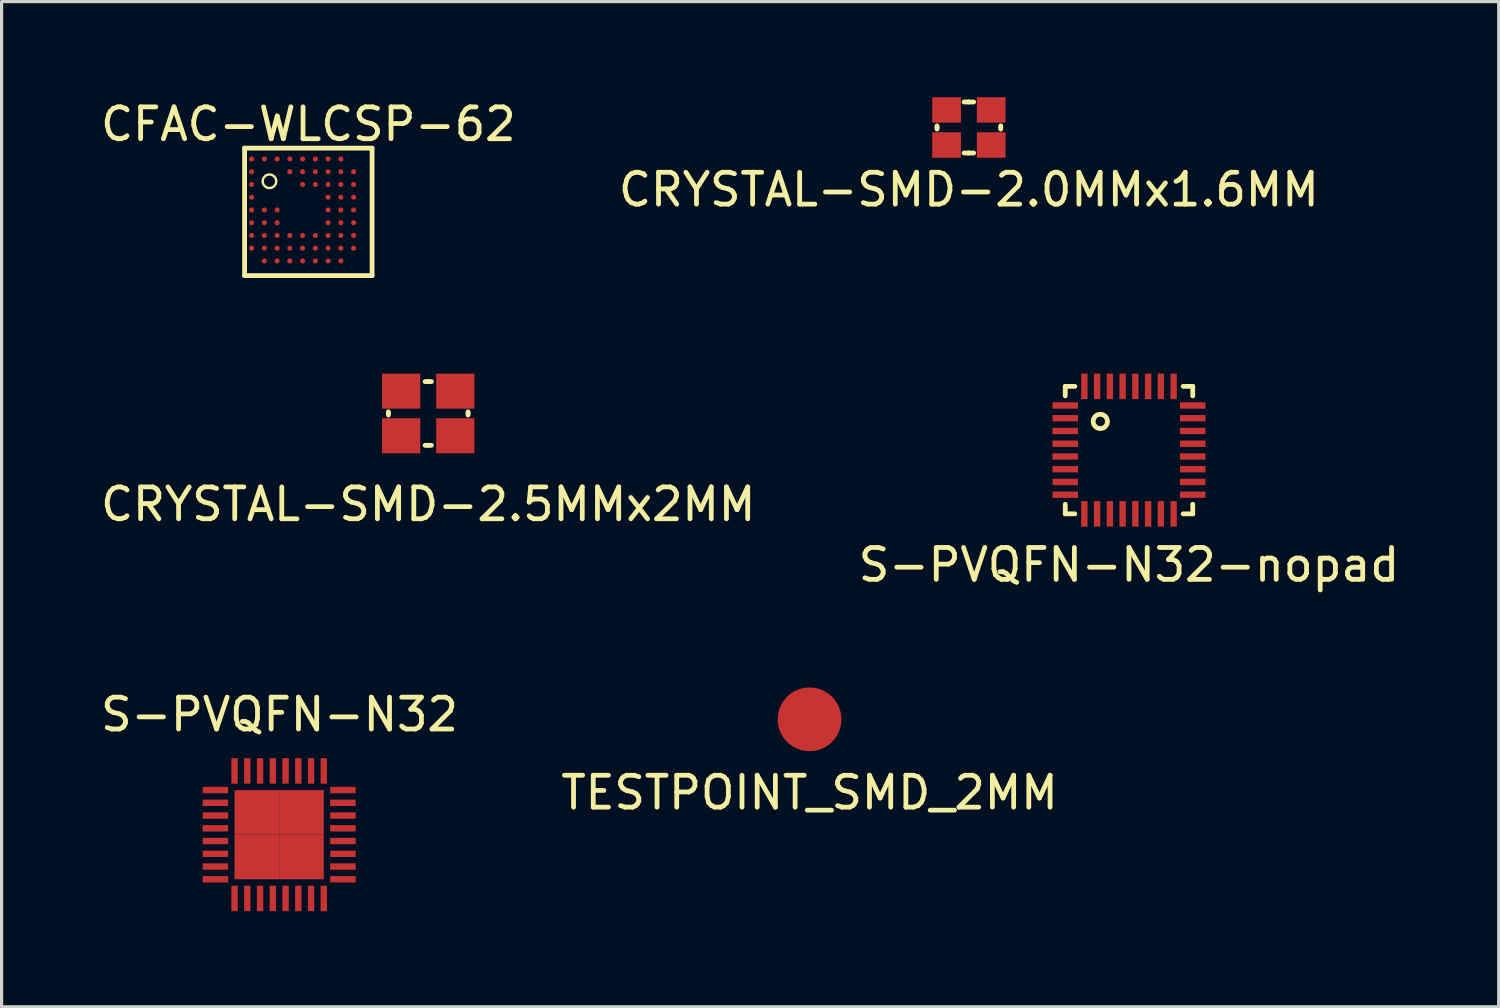
<source format=kicad_pcb>
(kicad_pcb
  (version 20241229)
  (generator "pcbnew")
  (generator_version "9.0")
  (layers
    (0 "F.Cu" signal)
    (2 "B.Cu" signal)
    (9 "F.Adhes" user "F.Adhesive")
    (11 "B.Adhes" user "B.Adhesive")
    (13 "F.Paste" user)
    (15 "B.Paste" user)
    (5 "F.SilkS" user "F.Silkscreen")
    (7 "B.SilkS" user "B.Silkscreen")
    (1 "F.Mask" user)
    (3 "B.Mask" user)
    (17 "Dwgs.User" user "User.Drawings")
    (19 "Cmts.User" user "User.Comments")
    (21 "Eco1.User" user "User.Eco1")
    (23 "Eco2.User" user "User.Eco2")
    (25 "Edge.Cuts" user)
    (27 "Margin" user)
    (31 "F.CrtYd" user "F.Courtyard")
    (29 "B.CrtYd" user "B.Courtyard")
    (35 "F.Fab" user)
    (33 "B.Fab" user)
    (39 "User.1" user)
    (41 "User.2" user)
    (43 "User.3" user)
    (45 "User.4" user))
  (footprint "CFAC-WLCSP-62"
    (layer "F.Cu")
    (at 6.625 3.598)
    (property "Reference" "CFAC-WLCSP-62" (at 0 -2.75 0) (layer "F.SilkS") (effects (font (size 1 1) (thickness 0.15))))
    (attr through_hole)
    (fp_line (start -2 -2) (end 2 -2) (stroke (width 0.15) (type solid)) (layer "F.SilkS"))
    (fp_line (start -2 2) (end -2 -2) (stroke (width 0.15) (type solid)) (layer "F.SilkS"))
    (fp_line (start 2 -2) (end 2 2) (stroke (width 0.15) (type solid)) (layer "F.SilkS"))
    (fp_line (start 2 2) (end -2 2) (stroke (width 0.15) (type solid)) (layer "F.SilkS"))
    (fp_circle (center -1.22 -0.96) (end -1.06 -1.1) (stroke (width 0.075) (type solid)) (fill no) (layer "F.SilkS"))
    (pad "A1" smd circle (at -1.78 -1.66) (size 0.16 0.16) (layers "F.Cu" "F.Mask" "F.Paste"))
    (pad "A2" smd circle (at -1.38 -1.66) (size 0.16 0.16) (layers "F.Cu" "F.Mask" "F.Paste"))
    (pad "A3" smd circle (at -0.98 -1.66) (size 0.16 0.16) (layers "F.Cu" "F.Mask" "F.Paste"))
    (pad "A4" smd circle (at -0.58 -1.66) (size 0.16 0.16) (layers "F.Cu" "F.Mask" "F.Paste"))
    (pad "A5" smd circle (at -0.18 -1.66) (size 0.16 0.16) (layers "F.Cu" "F.Mask" "F.Paste"))
    (pad "A6" smd circle (at 0.22 -1.66) (size 0.16 0.16) (layers "F.Cu" "F.Mask" "F.Paste"))
    (pad "A7" smd circle (at 0.62 -1.66) (size 0.16 0.16) (layers "F.Cu" "F.Mask" "F.Paste"))
    (pad "A8" smd circle (at 1.02 -1.66) (size 0.16 0.16) (layers "F.Cu" "F.Mask" "F.Paste"))
    (pad "B1" smd circle (at -1.78 -1.26) (size 0.16 0.16) (layers "F.Cu" "F.Mask" "F.Paste"))
    (pad "B4" smd circle (at -0.58 -1.26) (size 0.16 0.16) (layers "F.Cu" "F.Mask" "F.Paste"))
    (pad "B5" smd circle (at -0.18 -1.26) (size 0.16 0.16) (layers "F.Cu" "F.Mask" "F.Paste"))
    (pad "B6" smd circle (at 0.22 -1.26) (size 0.16 0.16) (layers "F.Cu" "F.Mask" "F.Paste"))
    (pad "B7" smd circle (at 0.62 -1.26) (size 0.16 0.16) (layers "F.Cu" "F.Mask" "F.Paste"))
    (pad "B8" smd circle (at 1.02 -1.26) (size 0.16 0.16) (layers "F.Cu" "F.Mask" "F.Paste"))
    (pad "B9" smd circle (at 1.42 -1.26) (size 0.16 0.16) (layers "F.Cu" "F.Mask" "F.Paste"))
    (pad "C1" smd circle (at -1.78 -0.86) (size 0.16 0.16) (layers "F.Cu" "F.Mask" "F.Paste"))
    (pad "C5" smd circle (at -0.18 -0.86) (size 0.16 0.16) (layers "F.Cu" "F.Mask" "F.Paste"))
    (pad "C6" smd circle (at 0.22 -0.86) (size 0.16 0.16) (layers "F.Cu" "F.Mask" "F.Paste"))
    (pad "C7" smd circle (at 0.62 -0.86) (size 0.16 0.16) (layers "F.Cu" "F.Mask" "F.Paste"))
    (pad "C8" smd circle (at 1.02 -0.86) (size 0.16 0.16) (layers "F.Cu" "F.Mask" "F.Paste"))
    (pad "C9" smd circle (at 1.42 -0.86) (size 0.16 0.16) (layers "F.Cu" "F.Mask" "F.Paste"))
    (pad "D1" smd circle (at -1.78 -0.46) (size 0.16 0.16) (layers "F.Cu" "F.Mask" "F.Paste"))
    (pad "D7" smd circle (at 0.62 -0.46) (size 0.16 0.16) (layers "F.Cu" "F.Mask" "F.Paste"))
    (pad "D8" smd circle (at 1.02 -0.46) (size 0.16 0.16) (layers "F.Cu" "F.Mask" "F.Paste"))
    (pad "D9" smd circle (at 1.42 -0.46) (size 0.16 0.16) (layers "F.Cu" "F.Mask" "F.Paste"))
    (pad "E1" smd circle (at -1.78 -0.06) (size 0.16 0.16) (layers "F.Cu" "F.Mask" "F.Paste"))
    (pad "E2" smd circle (at -1.38 -0.06) (size 0.16 0.16) (layers "F.Cu" "F.Mask" "F.Paste"))
    (pad "E3" smd circle (at -0.98 -0.06) (size 0.16 0.16) (layers "F.Cu" "F.Mask" "F.Paste"))
    (pad "E7" smd circle (at 0.62 -0.06) (size 0.16 0.16) (layers "F.Cu" "F.Mask" "F.Paste"))
    (pad "E8" smd circle (at 1.02 -0.06) (size 0.16 0.16) (layers "F.Cu" "F.Mask" "F.Paste"))
    (pad "E9" smd circle (at 1.42 -0.06) (size 0.16 0.16) (layers "F.Cu" "F.Mask" "F.Paste"))
    (pad "F1" smd circle (at -1.78 0.34) (size 0.16 0.16) (layers "F.Cu" "F.Mask" "F.Paste"))
    (pad "F2" smd circle (at -1.38 0.34) (size 0.16 0.16) (layers "F.Cu" "F.Mask" "F.Paste"))
    (pad "F3" smd circle (at -0.98 0.34) (size 0.16 0.16) (layers "F.Cu" "F.Mask" "F.Paste"))
    (pad "F7" smd circle (at 0.62 0.34) (size 0.16 0.16) (layers "F.Cu" "F.Mask" "F.Paste"))
    (pad "F8" smd circle (at 1.02 0.34) (size 0.16 0.16) (layers "F.Cu" "F.Mask" "F.Paste"))
    (pad "F9" smd circle (at 1.42 0.34) (size 0.16 0.16) (layers "F.Cu" "F.Mask" "F.Paste"))
    (pad "G1" smd circle (at -1.78 0.74) (size 0.16 0.16) (layers "F.Cu" "F.Mask" "F.Paste"))
    (pad "G2" smd circle (at -1.38 0.74) (size 0.16 0.16) (layers "F.Cu" "F.Mask" "F.Paste"))
    (pad "G3" smd circle (at -0.98 0.74) (size 0.16 0.16) (layers "F.Cu" "F.Mask" "F.Paste"))
    (pad "G4" smd circle (at -0.58 0.74) (size 0.16 0.16) (layers "F.Cu" "F.Mask" "F.Paste"))
    (pad "G5" smd circle (at -0.18 0.74) (size 0.16 0.16) (layers "F.Cu" "F.Mask" "F.Paste"))
    (pad "G6" smd circle (at 0.22 0.74) (size 0.16 0.16) (layers "F.Cu" "F.Mask" "F.Paste"))
    (pad "G7" smd circle (at 0.62 0.74) (size 0.16 0.16) (layers "F.Cu" "F.Mask" "F.Paste"))
    (pad "G8" smd circle (at 1.02 0.74) (size 0.16 0.16) (layers "F.Cu" "F.Mask" "F.Paste"))
    (pad "G9" smd circle (at 1.42 0.74) (size 0.16 0.16) (layers "F.Cu" "F.Mask" "F.Paste"))
    (pad "H1" smd circle (at -1.78 1.14) (size 0.16 0.16) (layers "F.Cu" "F.Mask" "F.Paste"))
    (pad "H2" smd circle (at -1.38 1.14) (size 0.16 0.16) (layers "F.Cu" "F.Mask" "F.Paste"))
    (pad "H3" smd circle (at -0.98 1.14) (size 0.16 0.16) (layers "F.Cu" "F.Mask" "F.Paste"))
    (pad "H4" smd circle (at -0.58 1.14) (size 0.16 0.16) (layers "F.Cu" "F.Mask" "F.Paste"))
    (pad "H5" smd circle (at -0.18 1.14) (size 0.16 0.16) (layers "F.Cu" "F.Mask" "F.Paste"))
    (pad "H6" smd circle (at 0.22 1.14) (size 0.16 0.16) (layers "F.Cu" "F.Mask" "F.Paste"))
    (pad "H7" smd circle (at 0.62 1.14) (size 0.16 0.16) (layers "F.Cu" "F.Mask" "F.Paste"))
    (pad "H8" smd circle (at 1.02 1.14) (size 0.16 0.16) (layers "F.Cu" "F.Mask" "F.Paste"))
    (pad "H9" smd circle (at 1.42 1.14) (size 0.16 0.16) (layers "F.Cu" "F.Mask" "F.Paste"))
    (pad "J2" smd circle (at -1.38 1.54) (size 0.16 0.16) (layers "F.Cu" "F.Mask" "F.Paste"))
    (pad "J3" smd circle (at -0.98 1.54) (size 0.16 0.16) (layers "F.Cu" "F.Mask" "F.Paste"))
    (pad "J4" smd circle (at -0.58 1.54) (size 0.16 0.16) (layers "F.Cu" "F.Mask" "F.Paste"))
    (pad "J5" smd circle (at -0.18 1.54) (size 0.16 0.16) (layers "F.Cu" "F.Mask" "F.Paste"))
    (pad "J6" smd circle (at 0.22 1.54) (size 0.16 0.16) (layers "F.Cu" "F.Mask" "F.Paste"))
    (pad "J7" smd circle (at 0.62 1.54) (size 0.16 0.16) (layers "F.Cu" "F.Mask" "F.Paste"))
    (pad "J8" smd circle (at 1.02 1.54) (size 0.16 0.16) (layers "F.Cu" "F.Mask" "F.Paste")))
  (footprint "S-PVQFN-N32-nopad"
    (layer "F.Cu")
    (at 32.375 11.073)
    (property "Reference" "S-PVQFN-N32-nopad" (at 0 3.6 0) (layer "F.SilkS") (effects (font (size 1 1) (thickness 0.15))))
    (attr through_hole)
    (fp_line (start -2 -2) (end -2 -1.7) (stroke (width 0.15) (type solid)) (layer "F.SilkS"))
    (fp_line (start -2 -2) (end -1.7 -2) (stroke (width 0.15) (type solid)) (layer "F.SilkS"))
    (fp_line (start -2 2) (end -2 1.7) (stroke (width 0.15) (type solid)) (layer "F.SilkS"))
    (fp_line (start -2 2) (end -1.7 2) (stroke (width 0.15) (type solid)) (layer "F.SilkS"))
    (fp_line (start 2 -2) (end 1.7 -2) (stroke (width 0.15) (type solid)) (layer "F.SilkS"))
    (fp_line (start 2 -2) (end 2 -1.7) (stroke (width 0.15) (type solid)) (layer "F.SilkS"))
    (fp_line (start 2 2) (end 1.7 2) (stroke (width 0.15) (type solid)) (layer "F.SilkS"))
    (fp_line (start 2 2) (end 2 1.7) (stroke (width 0.15) (type solid)) (layer "F.SilkS"))
    (fp_circle (center -0.9 -0.9) (end -0.8 -1.1) (stroke (width 0.15) (type solid)) (fill no) (layer "F.SilkS"))
    (pad "1" smd rect (at -2 -1.4) (size 0.8 0.2) (layers "F.Cu" "F.Mask" "F.Paste"))
    (pad "2" smd rect (at -2 -1) (size 0.8 0.2) (layers "F.Cu" "F.Mask" "F.Paste"))
    (pad "3" smd rect (at -2 -0.6) (size 0.8 0.2) (layers "F.Cu" "F.Mask" "F.Paste"))
    (pad "4" smd rect (at -2 -0.2) (size 0.8 0.2) (layers "F.Cu" "F.Mask" "F.Paste"))
    (pad "5" smd rect (at -2 0.2) (size 0.8 0.2) (layers "F.Cu" "F.Mask" "F.Paste"))
    (pad "6" smd rect (at -2 0.6) (size 0.8 0.2) (layers "F.Cu" "F.Mask" "F.Paste"))
    (pad "7" smd rect (at -2 1) (size 0.8 0.2) (layers "F.Cu" "F.Mask" "F.Paste"))
    (pad "8" smd rect (at -2 1.4) (size 0.8 0.2) (layers "F.Cu" "F.Mask" "F.Paste"))
    (pad "9" smd rect (at -1.4 2) (size 0.2 0.8) (layers "F.Cu" "F.Mask" "F.Paste"))
    (pad "10" smd rect (at -1 2) (size 0.2 0.8) (layers "F.Cu" "F.Mask" "F.Paste"))
    (pad "11" smd rect (at -0.6 2) (size 0.2 0.8) (layers "F.Cu" "F.Mask" "F.Paste"))
    (pad "12" smd rect (at -0.2 2) (size 0.2 0.8) (layers "F.Cu" "F.Mask" "F.Paste"))
    (pad "13" smd rect (at 0.2 2) (size 0.2 0.8) (layers "F.Cu" "F.Mask" "F.Paste"))
    (pad "14" smd rect (at 0.6 2) (size 0.2 0.8) (layers "F.Cu" "F.Mask" "F.Paste"))
    (pad "15" smd rect (at 1 2) (size 0.2 0.8) (layers "F.Cu" "F.Mask" "F.Paste"))
    (pad "16" smd rect (at 1.4 2) (size 0.2 0.8) (layers "F.Cu" "F.Mask" "F.Paste"))
    (pad "17" smd rect (at 2 1.4) (size 0.8 0.2) (layers "F.Cu" "F.Mask" "F.Paste"))
    (pad "18" smd rect (at 2 1) (size 0.8 0.2) (layers "F.Cu" "F.Mask" "F.Paste"))
    (pad "19" smd rect (at 2 0.6) (size 0.8 0.2) (layers "F.Cu" "F.Mask" "F.Paste"))
    (pad "20" smd rect (at 2 0.2) (size 0.8 0.2) (layers "F.Cu" "F.Mask" "F.Paste"))
    (pad "21" smd rect (at 2 -0.2) (size 0.8 0.2) (layers "F.Cu" "F.Mask" "F.Paste"))
    (pad "22" smd rect (at 2 -0.6) (size 0.8 0.2) (layers "F.Cu" "F.Mask" "F.Paste"))
    (pad "23" smd rect (at 2 -1) (size 0.8 0.2) (layers "F.Cu" "F.Mask" "F.Paste"))
    (pad "24" smd rect (at 2 -1.4) (size 0.8 0.2) (layers "F.Cu" "F.Mask" "F.Paste"))
    (pad "25" smd rect (at 1.4 -2) (size 0.2 0.8) (layers "F.Cu" "F.Mask" "F.Paste"))
    (pad "26" smd rect (at 1 -2) (size 0.2 0.8) (layers "F.Cu" "F.Mask" "F.Paste"))
    (pad "27" smd rect (at 0.6 -2) (size 0.2 0.8) (layers "F.Cu" "F.Mask" "F.Paste"))
    (pad "28" smd rect (at 0.2 -2) (size 0.2 0.8) (layers "F.Cu" "F.Mask" "F.Paste"))
    (pad "29" smd rect (at -0.2 -2) (size 0.2 0.8) (layers "F.Cu" "F.Mask" "F.Paste"))
    (pad "30" smd rect (at -0.6 -2) (size 0.2 0.8) (layers "F.Cu" "F.Mask" "F.Paste"))
    (pad "31" smd rect (at -1 -2) (size 0.2 0.8) (layers "F.Cu" "F.Mask" "F.Paste"))
    (pad "32" smd rect (at -1.4 -2) (size 0.2 0.8) (layers "F.Cu" "F.Mask" "F.Paste")))
  (footprint "TESTPOINT_SMD_2MM"
    (layer "F.Cu")
    (at 22.351 19.521)
    (property "Reference" "TESTPOINT_SMD_2MM" (at 0 2.3 0) (layer "F.SilkS") (effects (font (size 1 1) (thickness 0.15))))
    (attr through_hole)
    (pad "1" smd circle (at 0 0) (size 2 2) (layers "F.Cu" "F.Mask" "F.Paste")))
  (footprint "S-PVQFN-N32"
    (layer "F.Cu")
    (at 5.71 23.14)
    (property "Reference" "S-PVQFN-N32" (at 0.01 -3.77 0) (layer "F.SilkS") (effects (font (size 1 1) (thickness 0.15))))
    (attr through_hole)
    (pad "1" smd rect (at -2 -1.4) (size 0.8 0.2) (layers "F.Cu" "F.Mask" "F.Paste"))
    (pad "2" smd rect (at -2 -1) (size 0.8 0.2) (layers "F.Cu" "F.Mask" "F.Paste"))
    (pad "3" smd rect (at -2 -0.6) (size 0.8 0.2) (layers "F.Cu" "F.Mask" "F.Paste"))
    (pad "4" smd rect (at -2 -0.2) (size 0.8 0.2) (layers "F.Cu" "F.Mask" "F.Paste"))
    (pad "5" smd rect (at -2 0.2) (size 0.8 0.2) (layers "F.Cu" "F.Mask" "F.Paste"))
    (pad "6" smd rect (at -2 0.6) (size 0.8 0.2) (layers "F.Cu" "F.Mask" "F.Paste"))
    (pad "7" smd rect (at -2 1) (size 0.8 0.2) (layers "F.Cu" "F.Mask" "F.Paste"))
    (pad "8" smd rect (at -2 1.4) (size 0.8 0.2) (layers "F.Cu" "F.Mask" "F.Paste"))
    (pad "9" smd rect (at -1.4 2) (size 0.2 0.8) (layers "F.Cu" "F.Mask" "F.Paste"))
    (pad "10" smd rect (at -1 2) (size 0.2 0.8) (layers "F.Cu" "F.Mask" "F.Paste"))
    (pad "11" smd rect (at -0.6 2) (size 0.2 0.8) (layers "F.Cu" "F.Mask" "F.Paste"))
    (pad "12" smd rect (at -0.2 2) (size 0.2 0.8) (layers "F.Cu" "F.Mask" "F.Paste"))
    (pad "13" smd rect (at 0.2 2) (size 0.2 0.8) (layers "F.Cu" "F.Mask" "F.Paste"))
    (pad "14" smd rect (at 0.6 2) (size 0.2 0.8) (layers "F.Cu" "F.Mask" "F.Paste"))
    (pad "15" smd rect (at 1 2) (size 0.2 0.8) (layers "F.Cu" "F.Mask" "F.Paste"))
    (pad "16" smd rect (at 1.4 2) (size 0.2 0.8) (layers "F.Cu" "F.Mask" "F.Paste"))
    (pad "17" smd rect (at 2 1.4) (size 0.8 0.2) (layers "F.Cu" "F.Mask" "F.Paste"))
    (pad "18" smd rect (at 2 1) (size 0.8 0.2) (layers "F.Cu" "F.Mask" "F.Paste"))
    (pad "19" smd rect (at 2 0.6) (size 0.8 0.2) (layers "F.Cu" "F.Mask" "F.Paste"))
    (pad "20" smd rect (at 2 0.2) (size 0.8 0.2) (layers "F.Cu" "F.Mask" "F.Paste"))
    (pad "21" smd rect (at 2 -0.2) (size 0.8 0.2) (layers "F.Cu" "F.Mask" "F.Paste"))
    (pad "22" smd rect (at 2 -0.6) (size 0.8 0.2) (layers "F.Cu" "F.Mask" "F.Paste"))
    (pad "23" smd rect (at 2 -1) (size 0.8 0.2) (layers "F.Cu" "F.Mask" "F.Paste"))
    (pad "24" smd rect (at 2 -1.4) (size 0.8 0.2) (layers "F.Cu" "F.Mask" "F.Paste"))
    (pad "25" smd rect (at 1.4 -2) (size 0.2 0.8) (layers "F.Cu" "F.Mask" "F.Paste"))
    (pad "26" smd rect (at 1 -2) (size 0.2 0.8) (layers "F.Cu" "F.Mask" "F.Paste"))
    (pad "27" smd rect (at 0.6 -2) (size 0.2 0.8) (layers "F.Cu" "F.Mask" "F.Paste"))
    (pad "28" smd rect (at 0.2 -2) (size 0.2 0.8) (layers "F.Cu" "F.Mask" "F.Paste"))
    (pad "29" smd rect (at -0.2 -2) (size 0.2 0.8) (layers "F.Cu" "F.Mask" "F.Paste"))
    (pad "30" smd rect (at -0.6 -2) (size 0.2 0.8) (layers "F.Cu" "F.Mask" "F.Paste"))
    (pad "31" smd rect (at -1 -2) (size 0.2 0.8) (layers "F.Cu" "F.Mask" "F.Paste"))
    (pad "32" smd rect (at -1.4 -2) (size 0.2 0.8) (layers "F.Cu" "F.Mask" "F.Paste"))
    (pad "33" smd rect (at -0.7 -0.7) (size 1.4 1.4) (layers "F.Cu" "F.Mask" "F.Paste"))
    (pad "33" smd rect (at -0.7 0.7) (size 1.4 1.4) (layers "F.Cu" "F.Mask" "F.Paste"))
    (pad "33" smd rect (at 0.7 -0.7) (size 1.4 1.4) (layers "F.Cu" "F.Mask" "F.Paste"))
    (pad "33" smd rect (at 0.7 0.7) (size 1.4 1.4) (layers "F.Cu" "F.Mask" "F.Paste")))
  (footprint "CRYSTAL-SMD-2.0MMx1.6MM"
    (layer "F.Cu")
    (at 27.351 0.95)
    (property "Reference" "CRYSTAL-SMD-2.0MMx1.6MM" (at 0 1.95 0) (layer "F.SilkS") (effects (font (size 1 1) (thickness 0.15))))
    (attr through_hole)
    (fp_line (start -1 0) (end -1 -0.05) (stroke (width 0.15) (type solid)) (layer "F.SilkS"))
    (fp_line (start -1 0) (end -1 0.05) (stroke (width 0.15) (type solid)) (layer "F.SilkS"))
    (fp_line (start 0 -0.8) (end -0.15 -0.8) (stroke (width 0.15) (type solid)) (layer "F.SilkS"))
    (fp_line (start 0 -0.8) (end 0.15 -0.8) (stroke (width 0.15) (type solid)) (layer "F.SilkS"))
    (fp_line (start 0 0.8) (end -0.15 0.8) (stroke (width 0.15) (type solid)) (layer "F.SilkS"))
    (fp_line (start 0 0.8) (end 0.15 0.8) (stroke (width 0.15) (type solid)) (layer "F.SilkS"))
    (fp_line (start 1 0) (end 1 -0.05) (stroke (width 0.15) (type solid)) (layer "F.SilkS"))
    (fp_line (start 1 0) (end 1 0.05) (stroke (width 0.15) (type solid)) (layer "F.SilkS"))
    (pad "1" smd rect (at -0.7 0.55) (size 0.9 0.8) (layers "F.Cu" "F.Mask" "F.Paste"))
    (pad "2" smd rect (at 0.7 0.55) (size 0.9 0.8) (layers "F.Cu" "F.Mask" "F.Paste"))
    (pad "3" smd rect (at 0.7 -0.55) (size 0.9 0.8) (layers "F.Cu" "F.Mask" "F.Paste"))
    (pad "4" smd rect (at -0.7 -0.55) (size 0.9 0.8) (layers "F.Cu" "F.Mask" "F.Paste")))
  (footprint "CRYSTAL-SMD-2.5MMx2MM"
    (layer "F.Cu")
    (at 10.387 9.923)
    (property "Reference" "CRYSTAL-SMD-2.5MMx2MM" (at 0 2.85 0) (layer "F.SilkS") (effects (font (size 1 1) (thickness 0.15))))
    (attr through_hole)
    (fp_line (start -1.25 0) (end -1.25 -0.05) (stroke (width 0.15) (type solid)) (layer "F.SilkS"))
    (fp_line (start -1.25 0) (end -1.25 0.05) (stroke (width 0.15) (type solid)) (layer "F.SilkS"))
    (fp_line (start 0 -1) (end -0.1 -1) (stroke (width 0.15) (type solid)) (layer "F.SilkS"))
    (fp_line (start 0 -1) (end 0.1 -1) (stroke (width 0.15) (type solid)) (layer "F.SilkS"))
    (fp_line (start 0 1) (end -0.1 1) (stroke (width 0.15) (type solid)) (layer "F.SilkS"))
    (fp_line (start 0 1) (end 0.1 1) (stroke (width 0.15) (type solid)) (layer "F.SilkS"))
    (fp_line (start 1.25 0) (end 1.25 -0.05) (stroke (width 0.15) (type solid)) (layer "F.SilkS"))
    (fp_line (start 1.25 0) (end 1.25 0.05) (stroke (width 0.15) (type solid)) (layer "F.SilkS"))
    (pad "1" smd rect (at -0.85 0.7) (size 1.2 1.1) (layers "F.Cu" "F.Mask" "F.Paste"))
    (pad "2" smd rect (at 0.85 0.7) (size 1.2 1.1) (layers "F.Cu" "F.Mask" "F.Paste"))
    (pad "3" smd rect (at 0.85 -0.7) (size 1.2 1.1) (layers "F.Cu" "F.Mask" "F.Paste"))
    (pad "4" smd rect (at -0.85 -0.7) (size 1.2 1.1) (layers "F.Cu" "F.Mask" "F.Paste")))
  (gr_rect
    (start -3 -3)
    (end 43.976 28.54)
    (stroke (width 0.1) (type default))
    (fill no)
    (layer "Edge.Cuts")))
</source>
